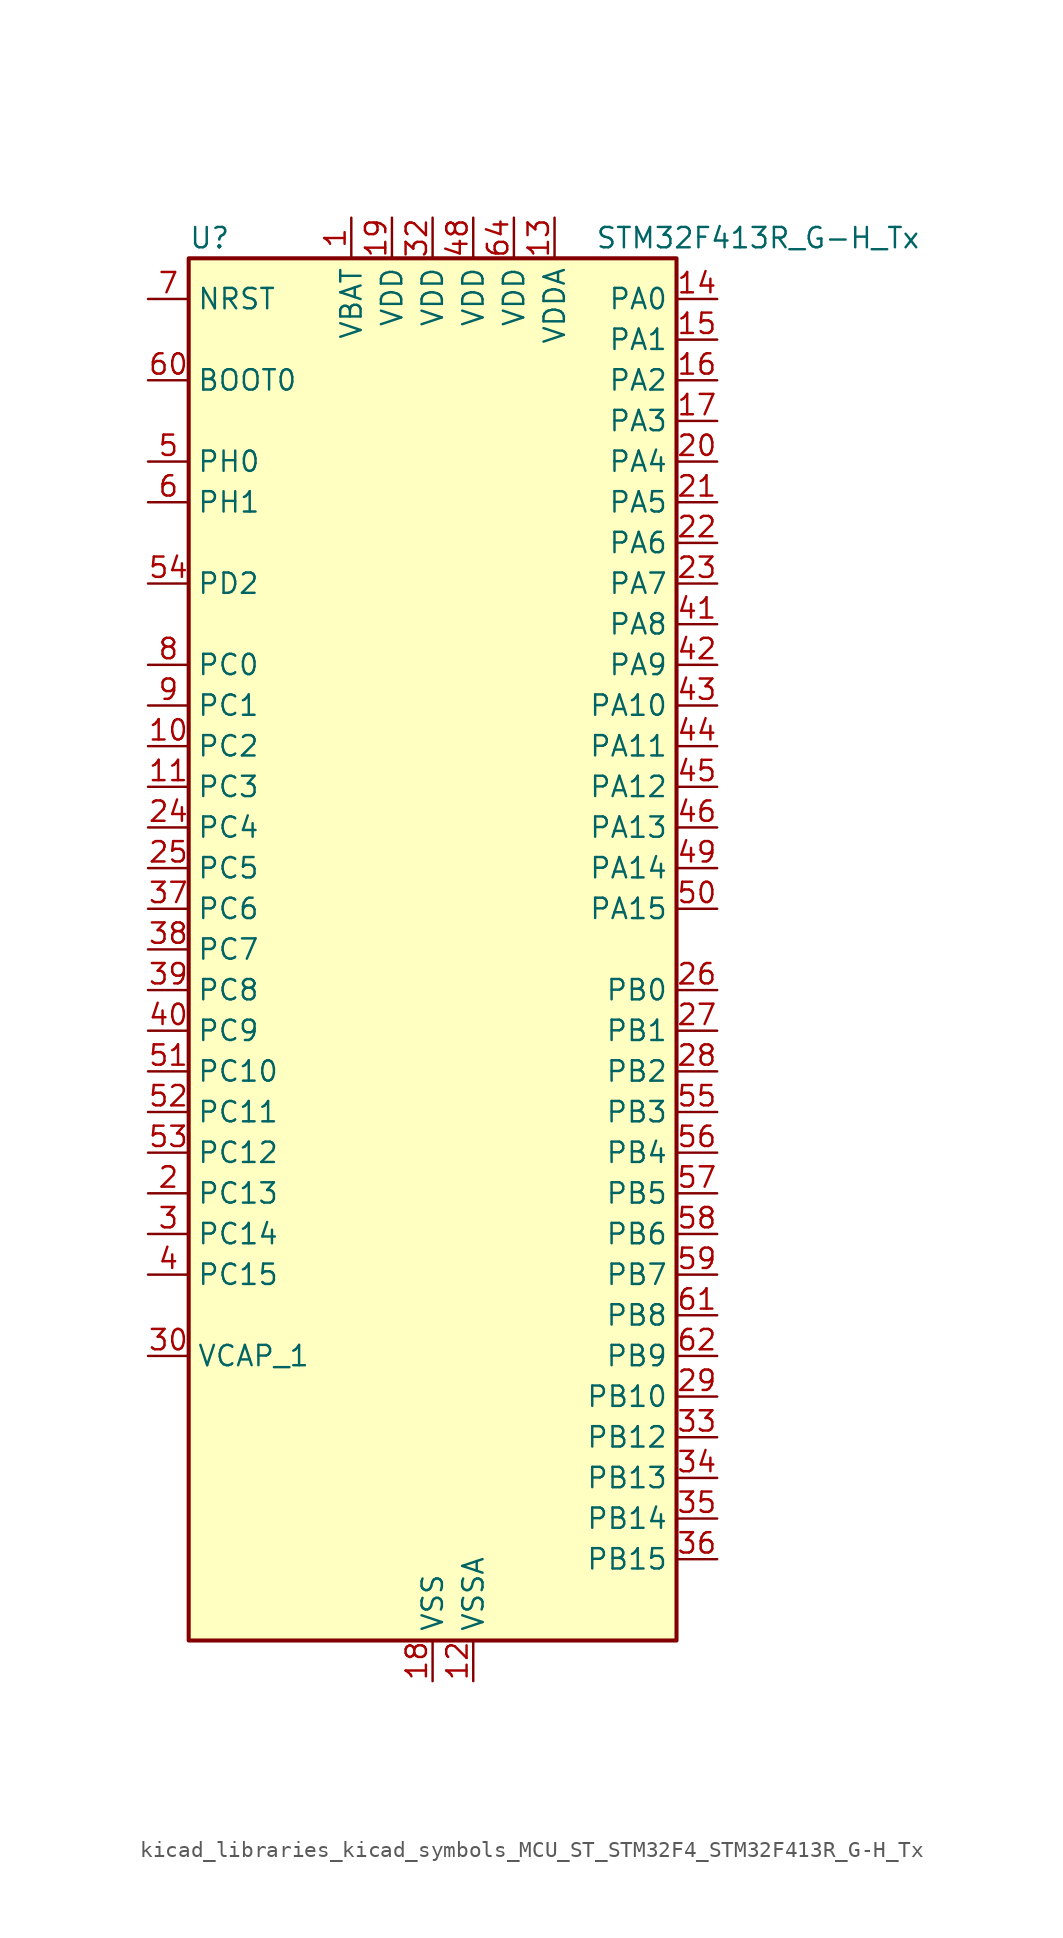
<source format=kicad_sym>
(kicad_symbol_lib
  (version 20220914)
  (generator kicad_symbol_editor)
  (symbol "kicad_libraries_kicad_symbols_MCU_ST_STM32F4_STM32F413R_G-H_Tx"
    (property "Reference" "U"
      (at -15.24 44.45 0)
      (effects (font (size 1.27 1.27)) (justify left)))
    (property "Value" "STM32F413R_G-H_Tx"
      (at 10.16 44.45 0)
      (effects (font (size 1.27 1.27)) (justify left)))
    (property "ki_locked" ""
      (at 0 0 0)
      (effects (font (size 1.27 1.27))))
    (symbol "kicad_libraries_kicad_symbols_MCU_ST_STM32F4_STM32F413R_G-H_Tx_0_1"
      (rectangle (start -15.24 -43.18) (end 15.24 43.18) (stroke (width 0.254) (type default)) (fill (type background))))
    (symbol "kicad_libraries_kicad_symbols_MCU_ST_STM32F4_STM32F413R_G-H_Tx_1_1"
      (pin power_in line (at -5.08 45.72 270) (length 2.54) (name "VBAT" (effects (font (size 1.27 1.27)))) (number "1" (effects (font (size 1.27 1.27)))))
      (pin bidirectional line (at -17.78 12.7 0) (length 2.54) (name "PC2" (effects (font (size 1.27 1.27)))) (number "10" (effects (font (size 1.27 1.27)))) (alternate "ADC1_IN12" bidirectional line) (alternate "DFSDM1_CKOUT" bidirectional line) (alternate "DFSDM2_DATIN7" bidirectional line) (alternate "FSMC_NWE" bidirectional line) (alternate "I2S2_ext_SD" bidirectional line) (alternate "LPTIM1_IN2" bidirectional line) (alternate "SAI1_SCK_B" bidirectional line) (alternate "SPI2_MISO" bidirectional line))
      (pin bidirectional line (at -17.78 10.16 0) (length 2.54) (name "PC3" (effects (font (size 1.27 1.27)))) (number "11" (effects (font (size 1.27 1.27)))) (alternate "ADC1_IN13" bidirectional line) (alternate "DFSDM2_CKIN7" bidirectional line) (alternate "FSMC_A0" bidirectional line) (alternate "I2S2_SD" bidirectional line) (alternate "LPTIM1_ETR" bidirectional line) (alternate "SAI1_FS_B" bidirectional line) (alternate "SPI2_MOSI" bidirectional line))
      (pin power_in line (at 2.54 -45.72 90) (length 2.54) (name "VSSA" (effects (font (size 1.27 1.27)))) (number "12" (effects (font (size 1.27 1.27)))))
      (pin power_in line (at 7.62 45.72 270) (length 2.54) (name "VDDA" (effects (font (size 1.27 1.27)))) (number "13" (effects (font (size 1.27 1.27)))))
      (pin bidirectional line (at 17.78 40.64 180) (length 2.54) (name "PA0" (effects (font (size 1.27 1.27)))) (number "14" (effects (font (size 1.27 1.27)))) (alternate "ADC1_IN0" bidirectional line) (alternate "SYS_WKUP1" bidirectional line) (alternate "TIM2_CH1" bidirectional line) (alternate "TIM2_ETR" bidirectional line) (alternate "TIM5_CH1" bidirectional line) (alternate "TIM8_ETR" bidirectional line) (alternate "UART4_TX" bidirectional line) (alternate "USART2_CTS" bidirectional line))
      (pin bidirectional line (at 17.78 38.1 180) (length 2.54) (name "PA1" (effects (font (size 1.27 1.27)))) (number "15" (effects (font (size 1.27 1.27)))) (alternate "ADC1_IN1" bidirectional line) (alternate "I2S4_SD" bidirectional line) (alternate "QUADSPI_BK1_IO3" bidirectional line) (alternate "SPI4_MOSI" bidirectional line) (alternate "TIM2_CH2" bidirectional line) (alternate "TIM5_CH2" bidirectional line) (alternate "UART4_RX" bidirectional line) (alternate "USART2_RTS" bidirectional line))
      (pin bidirectional line (at 17.78 35.56 180) (length 2.54) (name "PA2" (effects (font (size 1.27 1.27)))) (number "16" (effects (font (size 1.27 1.27)))) (alternate "ADC1_IN2" bidirectional line) (alternate "FSMC_D4" bidirectional line) (alternate "FSMC_DA4" bidirectional line) (alternate "I2S_CKIN" bidirectional line) (alternate "TIM2_CH3" bidirectional line) (alternate "TIM5_CH3" bidirectional line) (alternate "TIM9_CH1" bidirectional line) (alternate "USART2_TX" bidirectional line))
      (pin bidirectional line (at 17.78 33.02 180) (length 2.54) (name "PA3" (effects (font (size 1.27 1.27)))) (number "17" (effects (font (size 1.27 1.27)))) (alternate "ADC1_IN3" bidirectional line) (alternate "FSMC_D5" bidirectional line) (alternate "FSMC_DA5" bidirectional line) (alternate "I2S2_MCK" bidirectional line) (alternate "SAI1_SD_B" bidirectional line) (alternate "TIM2_CH4" bidirectional line) (alternate "TIM5_CH4" bidirectional line) (alternate "TIM9_CH2" bidirectional line) (alternate "USART2_RX" bidirectional line))
      (pin power_in line (at 0 -45.72 90) (length 2.54) (name "VSS" (effects (font (size 1.27 1.27)))) (number "18" (effects (font (size 1.27 1.27)))))
      (pin power_in line (at -2.54 45.72 270) (length 2.54) (name "VDD" (effects (font (size 1.27 1.27)))) (number "19" (effects (font (size 1.27 1.27)))))
      (pin bidirectional line (at -17.78 -15.24 0) (length 2.54) (name "PC13" (effects (font (size 1.27 1.27)))) (number "2" (effects (font (size 1.27 1.27)))) (alternate "RTC_AF1" bidirectional line))
      (pin bidirectional line (at 17.78 30.48 180) (length 2.54) (name "PA4" (effects (font (size 1.27 1.27)))) (number "20" (effects (font (size 1.27 1.27)))) (alternate "ADC1_IN4" bidirectional line) (alternate "DAC_OUT1" bidirectional line) (alternate "DFSDM1_DATIN1" bidirectional line) (alternate "FSMC_D6" bidirectional line) (alternate "FSMC_DA6" bidirectional line) (alternate "I2S1_WS" bidirectional line) (alternate "I2S3_WS" bidirectional line) (alternate "SPI1_NSS" bidirectional line) (alternate "SPI3_NSS" bidirectional line) (alternate "USART2_CK" bidirectional line))
      (pin bidirectional line (at 17.78 27.94 180) (length 2.54) (name "PA5" (effects (font (size 1.27 1.27)))) (number "21" (effects (font (size 1.27 1.27)))) (alternate "ADC1_IN5" bidirectional line) (alternate "DAC_OUT2" bidirectional line) (alternate "DFSDM1_CKIN1" bidirectional line) (alternate "FSMC_D7" bidirectional line) (alternate "FSMC_DA7" bidirectional line) (alternate "I2S1_CK" bidirectional line) (alternate "SPI1_SCK" bidirectional line) (alternate "TIM2_CH1" bidirectional line) (alternate "TIM2_ETR" bidirectional line) (alternate "TIM8_CH1N" bidirectional line))
      (pin bidirectional line (at 17.78 25.4 180) (length 2.54) (name "PA6" (effects (font (size 1.27 1.27)))) (number "22" (effects (font (size 1.27 1.27)))) (alternate "ADC1_IN6" bidirectional line) (alternate "DFSDM2_CKIN1" bidirectional line) (alternate "I2S2_MCK" bidirectional line) (alternate "QUADSPI_BK2_IO0" bidirectional line) (alternate "SDIO_CMD" bidirectional line) (alternate "SPI1_MISO" bidirectional line) (alternate "TIM13_CH1" bidirectional line) (alternate "TIM1_BKIN" bidirectional line) (alternate "TIM3_CH1" bidirectional line) (alternate "TIM8_BKIN" bidirectional line))
      (pin bidirectional line (at 17.78 22.86 180) (length 2.54) (name "PA7" (effects (font (size 1.27 1.27)))) (number "23" (effects (font (size 1.27 1.27)))) (alternate "ADC1_IN7" bidirectional line) (alternate "DFSDM2_DATIN1" bidirectional line) (alternate "I2S1_SD" bidirectional line) (alternate "QUADSPI_BK2_IO1" bidirectional line) (alternate "SPI1_MOSI" bidirectional line) (alternate "TIM14_CH1" bidirectional line) (alternate "TIM1_CH1N" bidirectional line) (alternate "TIM3_CH2" bidirectional line) (alternate "TIM8_CH1N" bidirectional line))
      (pin bidirectional line (at -17.78 7.62 0) (length 2.54) (name "PC4" (effects (font (size 1.27 1.27)))) (number "24" (effects (font (size 1.27 1.27)))) (alternate "ADC1_IN14" bidirectional line) (alternate "DFSDM2_CKIN2" bidirectional line) (alternate "FSMC_NE4" bidirectional line) (alternate "I2S1_MCK" bidirectional line) (alternate "QUADSPI_BK2_IO2" bidirectional line))
      (pin bidirectional line (at -17.78 5.08 0) (length 2.54) (name "PC5" (effects (font (size 1.27 1.27)))) (number "25" (effects (font (size 1.27 1.27)))) (alternate "ADC1_IN15" bidirectional line) (alternate "DFSDM2_DATIN2" bidirectional line) (alternate "FMPI2C1_SMBA" bidirectional line) (alternate "FSMC_NOE" bidirectional line) (alternate "QUADSPI_BK2_IO3" bidirectional line) (alternate "USART3_RX" bidirectional line))
      (pin bidirectional line (at 17.78 -2.54 180) (length 2.54) (name "PB0" (effects (font (size 1.27 1.27)))) (number "26" (effects (font (size 1.27 1.27)))) (alternate "ADC1_IN8" bidirectional line) (alternate "I2S5_CK" bidirectional line) (alternate "SPI5_SCK" bidirectional line) (alternate "TIM1_CH2N" bidirectional line) (alternate "TIM3_CH3" bidirectional line) (alternate "TIM8_CH2N" bidirectional line))
      (pin bidirectional line (at 17.78 -5.08 180) (length 2.54) (name "PB1" (effects (font (size 1.27 1.27)))) (number "27" (effects (font (size 1.27 1.27)))) (alternate "ADC1_IN9" bidirectional line) (alternate "DFSDM1_DATIN0" bidirectional line) (alternate "I2S5_WS" bidirectional line) (alternate "QUADSPI_CLK" bidirectional line) (alternate "SPI5_NSS" bidirectional line) (alternate "TIM1_CH3N" bidirectional line) (alternate "TIM3_CH4" bidirectional line) (alternate "TIM8_CH3N" bidirectional line))
      (pin bidirectional line (at 17.78 -7.62 180) (length 2.54) (name "PB2" (effects (font (size 1.27 1.27)))) (number "28" (effects (font (size 1.27 1.27)))) (alternate "DFSDM1_CKIN0" bidirectional line) (alternate "LPTIM1_OUT" bidirectional line) (alternate "QUADSPI_CLK" bidirectional line))
      (pin bidirectional line (at 17.78 -27.94 180) (length 2.54) (name "PB10" (effects (font (size 1.27 1.27)))) (number "29" (effects (font (size 1.27 1.27)))) (alternate "DFSDM2_CKOUT" bidirectional line) (alternate "FMPI2C1_SCL" bidirectional line) (alternate "I2C2_SCL" bidirectional line) (alternate "I2S2_CK" bidirectional line) (alternate "I2S3_MCK" bidirectional line) (alternate "SDIO_D7" bidirectional line) (alternate "SPI2_SCK" bidirectional line) (alternate "TIM2_CH3" bidirectional line) (alternate "USART3_TX" bidirectional line))
      (pin bidirectional line (at -17.78 -17.78 0) (length 2.54) (name "PC14" (effects (font (size 1.27 1.27)))) (number "3" (effects (font (size 1.27 1.27)))) (alternate "RCC_OSC32_IN" bidirectional line))
      (pin power_out line (at -17.78 -25.4 0) (length 2.54) (name "VCAP_1" (effects (font (size 1.27 1.27)))) (number "30" (effects (font (size 1.27 1.27)))))
      (pin passive line (at 0 -45.72 90) (length 2.54) hide (name "VSS" (effects (font (size 1.27 1.27)))) (number "31" (effects (font (size 1.27 1.27)))))
      (pin power_in line (at 0 45.72 270) (length 2.54) (name "VDD" (effects (font (size 1.27 1.27)))) (number "32" (effects (font (size 1.27 1.27)))))
      (pin bidirectional line (at 17.78 -30.48 180) (length 2.54) (name "PB12" (effects (font (size 1.27 1.27)))) (number "33" (effects (font (size 1.27 1.27)))) (alternate "CAN2_RX" bidirectional line) (alternate "DFSDM1_DATIN1" bidirectional line) (alternate "I2C2_SMBA" bidirectional line) (alternate "I2S2_WS" bidirectional line) (alternate "I2S3_CK" bidirectional line) (alternate "I2S4_WS" bidirectional line) (alternate "SPI2_NSS" bidirectional line) (alternate "SPI3_SCK" bidirectional line) (alternate "SPI4_NSS" bidirectional line) (alternate "TIM1_BKIN" bidirectional line) (alternate "UART5_RX" bidirectional line) (alternate "USART3_CK" bidirectional line))
      (pin bidirectional line (at 17.78 -33.02 180) (length 2.54) (name "PB13" (effects (font (size 1.27 1.27)))) (number "34" (effects (font (size 1.27 1.27)))) (alternate "CAN2_TX" bidirectional line) (alternate "DFSDM1_CKIN1" bidirectional line) (alternate "FMPI2C1_SMBA" bidirectional line) (alternate "I2S2_CK" bidirectional line) (alternate "I2S4_CK" bidirectional line) (alternate "SPI2_SCK" bidirectional line) (alternate "SPI4_SCK" bidirectional line) (alternate "TIM1_CH1N" bidirectional line) (alternate "UART5_TX" bidirectional line) (alternate "USART3_CTS" bidirectional line))
      (pin bidirectional line (at 17.78 -35.56 180) (length 2.54) (name "PB14" (effects (font (size 1.27 1.27)))) (number "35" (effects (font (size 1.27 1.27)))) (alternate "DFSDM1_DATIN2" bidirectional line) (alternate "FMPI2C1_SDA" bidirectional line) (alternate "FSMC_D0" bidirectional line) (alternate "FSMC_DA0" bidirectional line) (alternate "I2S2_ext_SD" bidirectional line) (alternate "SDIO_D6" bidirectional line) (alternate "SPI2_MISO" bidirectional line) (alternate "TIM12_CH1" bidirectional line) (alternate "TIM1_CH2N" bidirectional line) (alternate "TIM8_CH2N" bidirectional line) (alternate "USART3_RTS" bidirectional line))
      (pin bidirectional line (at 17.78 -38.1 180) (length 2.54) (name "PB15" (effects (font (size 1.27 1.27)))) (number "36" (effects (font (size 1.27 1.27)))) (alternate "ADC1_EXTI15" bidirectional line) (alternate "DFSDM1_CKIN2" bidirectional line) (alternate "FMPI2C1_SCL" bidirectional line) (alternate "I2S2_SD" bidirectional line) (alternate "RTC_REFIN" bidirectional line) (alternate "SDIO_CK" bidirectional line) (alternate "SPI2_MOSI" bidirectional line) (alternate "TIM12_CH2" bidirectional line) (alternate "TIM1_CH3N" bidirectional line) (alternate "TIM8_CH3N" bidirectional line))
      (pin bidirectional line (at -17.78 2.54 0) (length 2.54) (name "PC6" (effects (font (size 1.27 1.27)))) (number "37" (effects (font (size 1.27 1.27)))) (alternate "DFSDM1_CKIN3" bidirectional line) (alternate "DFSDM2_DATIN6" bidirectional line) (alternate "FMPI2C1_SCL" bidirectional line) (alternate "FSMC_D1" bidirectional line) (alternate "FSMC_DA1" bidirectional line) (alternate "I2S2_MCK" bidirectional line) (alternate "SDIO_D6" bidirectional line) (alternate "TIM3_CH1" bidirectional line) (alternate "TIM8_CH1" bidirectional line) (alternate "USART6_TX" bidirectional line))
      (pin bidirectional line (at -17.78 0 0) (length 2.54) (name "PC7" (effects (font (size 1.27 1.27)))) (number "38" (effects (font (size 1.27 1.27)))) (alternate "DFSDM1_DATIN3" bidirectional line) (alternate "DFSDM2_CKIN6" bidirectional line) (alternate "FMPI2C1_SDA" bidirectional line) (alternate "I2S2_CK" bidirectional line) (alternate "I2S3_MCK" bidirectional line) (alternate "SDIO_D7" bidirectional line) (alternate "SPI2_SCK" bidirectional line) (alternate "TIM3_CH2" bidirectional line) (alternate "TIM8_CH2" bidirectional line) (alternate "USART6_RX" bidirectional line))
      (pin bidirectional line (at -17.78 -2.54 0) (length 2.54) (name "PC8" (effects (font (size 1.27 1.27)))) (number "39" (effects (font (size 1.27 1.27)))) (alternate "DFSDM2_CKIN3" bidirectional line) (alternate "QUADSPI_BK1_IO2" bidirectional line) (alternate "SDIO_D0" bidirectional line) (alternate "TIM3_CH3" bidirectional line) (alternate "TIM8_CH3" bidirectional line) (alternate "USART6_CK" bidirectional line))
      (pin bidirectional line (at -17.78 -20.32 0) (length 2.54) (name "PC15" (effects (font (size 1.27 1.27)))) (number "4" (effects (font (size 1.27 1.27)))) (alternate "ADC1_EXTI15" bidirectional line) (alternate "RCC_OSC32_OUT" bidirectional line))
      (pin bidirectional line (at -17.78 -5.08 0) (length 2.54) (name "PC9" (effects (font (size 1.27 1.27)))) (number "40" (effects (font (size 1.27 1.27)))) (alternate "DAC_EXTI9" bidirectional line) (alternate "DFSDM2_DATIN3" bidirectional line) (alternate "I2C3_SDA" bidirectional line) (alternate "I2S_CKIN" bidirectional line) (alternate "QUADSPI_BK1_IO0" bidirectional line) (alternate "RCC_MCO_2" bidirectional line) (alternate "SDIO_D1" bidirectional line) (alternate "TIM3_CH4" bidirectional line) (alternate "TIM8_CH4" bidirectional line))
      (pin bidirectional line (at 17.78 20.32 180) (length 2.54) (name "PA8" (effects (font (size 1.27 1.27)))) (number "41" (effects (font (size 1.27 1.27)))) (alternate "CAN3_RX" bidirectional line) (alternate "DFSDM1_CKOUT" bidirectional line) (alternate "I2C3_SCL" bidirectional line) (alternate "RCC_MCO_1" bidirectional line) (alternate "SDIO_D1" bidirectional line) (alternate "TIM1_CH1" bidirectional line) (alternate "UART7_RX" bidirectional line) (alternate "USART1_CK" bidirectional line) (alternate "USB_OTG_FS_SOF" bidirectional line))
      (pin bidirectional line (at 17.78 17.78 180) (length 2.54) (name "PA9" (effects (font (size 1.27 1.27)))) (number "42" (effects (font (size 1.27 1.27)))) (alternate "DAC_EXTI9" bidirectional line) (alternate "DFSDM2_CKIN3" bidirectional line) (alternate "I2C3_SMBA" bidirectional line) (alternate "I2S2_CK" bidirectional line) (alternate "SDIO_D2" bidirectional line) (alternate "SPI2_SCK" bidirectional line) (alternate "TIM1_CH2" bidirectional line) (alternate "USART1_TX" bidirectional line) (alternate "USB_OTG_FS_VBUS" bidirectional line))
      (pin bidirectional line (at 17.78 15.24 180) (length 2.54) (name "PA10" (effects (font (size 1.27 1.27)))) (number "43" (effects (font (size 1.27 1.27)))) (alternate "DFSDM2_DATIN3" bidirectional line) (alternate "I2S2_SD" bidirectional line) (alternate "I2S5_SD" bidirectional line) (alternate "SPI2_MOSI" bidirectional line) (alternate "SPI5_MOSI" bidirectional line) (alternate "TIM1_CH3" bidirectional line) (alternate "USART1_RX" bidirectional line) (alternate "USB_OTG_FS_ID" bidirectional line))
      (pin bidirectional line (at 17.78 12.7 180) (length 2.54) (name "PA11" (effects (font (size 1.27 1.27)))) (number "44" (effects (font (size 1.27 1.27)))) (alternate "ADC1_EXTI11" bidirectional line) (alternate "CAN1_RX" bidirectional line) (alternate "DFSDM2_CKIN5" bidirectional line) (alternate "I2S2_WS" bidirectional line) (alternate "SPI2_NSS" bidirectional line) (alternate "SPI4_MISO" bidirectional line) (alternate "TIM1_CH4" bidirectional line) (alternate "UART4_RX" bidirectional line) (alternate "USART1_CTS" bidirectional line) (alternate "USART6_TX" bidirectional line) (alternate "USB_OTG_FS_DM" bidirectional line))
      (pin bidirectional line (at 17.78 10.16 180) (length 2.54) (name "PA12" (effects (font (size 1.27 1.27)))) (number "45" (effects (font (size 1.27 1.27)))) (alternate "CAN1_TX" bidirectional line) (alternate "DFSDM2_DATIN5" bidirectional line) (alternate "SPI2_MISO" bidirectional line) (alternate "SPI5_MISO" bidirectional line) (alternate "TIM1_ETR" bidirectional line) (alternate "UART4_TX" bidirectional line) (alternate "USART1_RTS" bidirectional line) (alternate "USART6_RX" bidirectional line) (alternate "USB_OTG_FS_DP" bidirectional line))
      (pin bidirectional line (at 17.78 7.62 180) (length 2.54) (name "PA13" (effects (font (size 1.27 1.27)))) (number "46" (effects (font (size 1.27 1.27)))) (alternate "SYS_JTMS-SWDIO" bidirectional line))
      (pin passive line (at 0 -45.72 90) (length 2.54) hide (name "VSS" (effects (font (size 1.27 1.27)))) (number "47" (effects (font (size 1.27 1.27)))))
      (pin power_in line (at 2.54 45.72 270) (length 2.54) (name "VDD" (effects (font (size 1.27 1.27)))) (number "48" (effects (font (size 1.27 1.27)))))
      (pin bidirectional line (at 17.78 5.08 180) (length 2.54) (name "PA14" (effects (font (size 1.27 1.27)))) (number "49" (effects (font (size 1.27 1.27)))) (alternate "SYS_JTCK-SWCLK" bidirectional line))
      (pin bidirectional line (at -17.78 30.48 0) (length 2.54) (name "PH0" (effects (font (size 1.27 1.27)))) (number "5" (effects (font (size 1.27 1.27)))) (alternate "RCC_OSC_IN" bidirectional line))
      (pin bidirectional line (at 17.78 2.54 180) (length 2.54) (name "PA15" (effects (font (size 1.27 1.27)))) (number "50" (effects (font (size 1.27 1.27)))) (alternate "ADC1_EXTI15" bidirectional line) (alternate "CAN3_TX" bidirectional line) (alternate "I2S1_WS" bidirectional line) (alternate "I2S3_WS" bidirectional line) (alternate "SAI1_MCLK_A" bidirectional line) (alternate "SPI1_NSS" bidirectional line) (alternate "SPI3_NSS" bidirectional line) (alternate "SYS_JTDI" bidirectional line) (alternate "TIM2_CH1" bidirectional line) (alternate "TIM2_ETR" bidirectional line) (alternate "UART7_TX" bidirectional line) (alternate "USART1_TX" bidirectional line))
      (pin bidirectional line (at -17.78 -7.62 0) (length 2.54) (name "PC10" (effects (font (size 1.27 1.27)))) (number "51" (effects (font (size 1.27 1.27)))) (alternate "DFSDM2_CKIN5" bidirectional line) (alternate "I2S3_CK" bidirectional line) (alternate "QUADSPI_BK1_IO1" bidirectional line) (alternate "SDIO_D2" bidirectional line) (alternate "SPI3_SCK" bidirectional line) (alternate "USART3_TX" bidirectional line))
      (pin bidirectional line (at -17.78 -10.16 0) (length 2.54) (name "PC11" (effects (font (size 1.27 1.27)))) (number "52" (effects (font (size 1.27 1.27)))) (alternate "ADC1_EXTI11" bidirectional line) (alternate "DFSDM2_DATIN5" bidirectional line) (alternate "FSMC_D2" bidirectional line) (alternate "FSMC_DA2" bidirectional line) (alternate "I2S3_ext_SD" bidirectional line) (alternate "QUADSPI_BK2_NCS" bidirectional line) (alternate "SDIO_D3" bidirectional line) (alternate "SPI3_MISO" bidirectional line) (alternate "UART4_RX" bidirectional line) (alternate "USART3_RX" bidirectional line))
      (pin bidirectional line (at -17.78 -12.7 0) (length 2.54) (name "PC12" (effects (font (size 1.27 1.27)))) (number "53" (effects (font (size 1.27 1.27)))) (alternate "FSMC_D3" bidirectional line) (alternate "FSMC_DA3" bidirectional line) (alternate "I2S3_SD" bidirectional line) (alternate "SDIO_CK" bidirectional line) (alternate "SPI3_MOSI" bidirectional line) (alternate "UART5_TX" bidirectional line) (alternate "USART3_CK" bidirectional line))
      (pin bidirectional line (at -17.78 22.86 0) (length 2.54) (name "PD2" (effects (font (size 1.27 1.27)))) (number "54" (effects (font (size 1.27 1.27)))) (alternate "DFSDM2_CKOUT" bidirectional line) (alternate "FSMC_NWE" bidirectional line) (alternate "SDIO_CMD" bidirectional line) (alternate "TIM3_ETR" bidirectional line) (alternate "UART5_RX" bidirectional line))
      (pin bidirectional line (at 17.78 -10.16 180) (length 2.54) (name "PB3" (effects (font (size 1.27 1.27)))) (number "55" (effects (font (size 1.27 1.27)))) (alternate "CAN3_RX" bidirectional line) (alternate "FMPI2C1_SDA" bidirectional line) (alternate "I2C2_SDA" bidirectional line) (alternate "I2S1_CK" bidirectional line) (alternate "I2S3_CK" bidirectional line) (alternate "SAI1_SD_A" bidirectional line) (alternate "SPI1_SCK" bidirectional line) (alternate "SPI3_SCK" bidirectional line) (alternate "SYS_JTDO-SWO" bidirectional line) (alternate "TIM2_CH2" bidirectional line) (alternate "UART7_RX" bidirectional line) (alternate "USART1_RX" bidirectional line))
      (pin bidirectional line (at 17.78 -12.7 180) (length 2.54) (name "PB4" (effects (font (size 1.27 1.27)))) (number "56" (effects (font (size 1.27 1.27)))) (alternate "CAN3_TX" bidirectional line) (alternate "I2C3_SDA" bidirectional line) (alternate "I2S3_ext_SD" bidirectional line) (alternate "SAI1_SCK_A" bidirectional line) (alternate "SDIO_D0" bidirectional line) (alternate "SPI1_MISO" bidirectional line) (alternate "SPI3_MISO" bidirectional line) (alternate "SYS_JTRST" bidirectional line) (alternate "TIM3_CH1" bidirectional line) (alternate "UART7_TX" bidirectional line))
      (pin bidirectional line (at 17.78 -15.24 180) (length 2.54) (name "PB5" (effects (font (size 1.27 1.27)))) (number "57" (effects (font (size 1.27 1.27)))) (alternate "CAN2_RX" bidirectional line) (alternate "I2C1_SMBA" bidirectional line) (alternate "I2S1_SD" bidirectional line) (alternate "I2S3_SD" bidirectional line) (alternate "LPTIM1_IN1" bidirectional line) (alternate "SAI1_FS_A" bidirectional line) (alternate "SDIO_D3" bidirectional line) (alternate "SPI1_MOSI" bidirectional line) (alternate "SPI3_MOSI" bidirectional line) (alternate "TIM3_CH2" bidirectional line) (alternate "UART5_RX" bidirectional line))
      (pin bidirectional line (at 17.78 -17.78 180) (length 2.54) (name "PB6" (effects (font (size 1.27 1.27)))) (number "58" (effects (font (size 1.27 1.27)))) (alternate "CAN2_TX" bidirectional line) (alternate "DFSDM2_CKIN7" bidirectional line) (alternate "I2C1_SCL" bidirectional line) (alternate "LPTIM1_ETR" bidirectional line) (alternate "QUADSPI_BK1_NCS" bidirectional line) (alternate "SDIO_D0" bidirectional line) (alternate "TIM4_CH1" bidirectional line) (alternate "UART5_TX" bidirectional line) (alternate "USART1_TX" bidirectional line))
      (pin bidirectional line (at 17.78 -20.32 180) (length 2.54) (name "PB7" (effects (font (size 1.27 1.27)))) (number "59" (effects (font (size 1.27 1.27)))) (alternate "DFSDM2_DATIN7" bidirectional line) (alternate "FSMC_NL" bidirectional line) (alternate "I2C1_SDA" bidirectional line) (alternate "LPTIM1_IN2" bidirectional line) (alternate "TIM4_CH2" bidirectional line) (alternate "USART1_RX" bidirectional line))
      (pin bidirectional line (at -17.78 27.94 0) (length 2.54) (name "PH1" (effects (font (size 1.27 1.27)))) (number "6" (effects (font (size 1.27 1.27)))) (alternate "RCC_OSC_OUT" bidirectional line))
      (pin input line (at -17.78 35.56 0) (length 2.54) (name "BOOT0" (effects (font (size 1.27 1.27)))) (number "60" (effects (font (size 1.27 1.27)))))
      (pin bidirectional line (at 17.78 -22.86 180) (length 2.54) (name "PB8" (effects (font (size 1.27 1.27)))) (number "61" (effects (font (size 1.27 1.27)))) (alternate "CAN1_RX" bidirectional line) (alternate "DFSDM2_CKIN1" bidirectional line) (alternate "I2C1_SCL" bidirectional line) (alternate "I2C3_SDA" bidirectional line) (alternate "I2S5_SD" bidirectional line) (alternate "LPTIM1_OUT" bidirectional line) (alternate "SDIO_D4" bidirectional line) (alternate "SPI5_MOSI" bidirectional line) (alternate "TIM10_CH1" bidirectional line) (alternate "TIM4_CH3" bidirectional line) (alternate "UART5_RX" bidirectional line))
      (pin bidirectional line (at 17.78 -25.4 180) (length 2.54) (name "PB9" (effects (font (size 1.27 1.27)))) (number "62" (effects (font (size 1.27 1.27)))) (alternate "CAN1_TX" bidirectional line) (alternate "DAC_EXTI9" bidirectional line) (alternate "DFSDM2_DATIN1" bidirectional line) (alternate "I2C1_SDA" bidirectional line) (alternate "I2C2_SDA" bidirectional line) (alternate "I2S2_WS" bidirectional line) (alternate "SDIO_D5" bidirectional line) (alternate "SPI2_NSS" bidirectional line) (alternate "TIM11_CH1" bidirectional line) (alternate "TIM4_CH4" bidirectional line) (alternate "UART5_TX" bidirectional line))
      (pin passive line (at 0 -45.72 90) (length 2.54) hide (name "VSS" (effects (font (size 1.27 1.27)))) (number "63" (effects (font (size 1.27 1.27)))))
      (pin power_in line (at 5.08 45.72 270) (length 2.54) (name "VDD" (effects (font (size 1.27 1.27)))) (number "64" (effects (font (size 1.27 1.27)))))
      (pin input line (at -17.78 40.64 0) (length 2.54) (name "NRST" (effects (font (size 1.27 1.27)))) (number "7" (effects (font (size 1.27 1.27)))))
      (pin bidirectional line (at -17.78 17.78 0) (length 2.54) (name "PC0" (effects (font (size 1.27 1.27)))) (number "8" (effects (font (size 1.27 1.27)))) (alternate "ADC1_IN10" bidirectional line) (alternate "DFSDM2_CKIN4" bidirectional line) (alternate "LPTIM1_IN1" bidirectional line) (alternate "SAI1_MCLK_B" bidirectional line) (alternate "SYS_WKUP2" bidirectional line))
      (pin bidirectional line (at -17.78 15.24 0) (length 2.54) (name "PC1" (effects (font (size 1.27 1.27)))) (number "9" (effects (font (size 1.27 1.27)))) (alternate "ADC1_IN11" bidirectional line) (alternate "DFSDM2_DATIN4" bidirectional line) (alternate "LPTIM1_OUT" bidirectional line) (alternate "SAI1_SD_B" bidirectional line) (alternate "SYS_WKUP3" bidirectional line)))))
</source>
